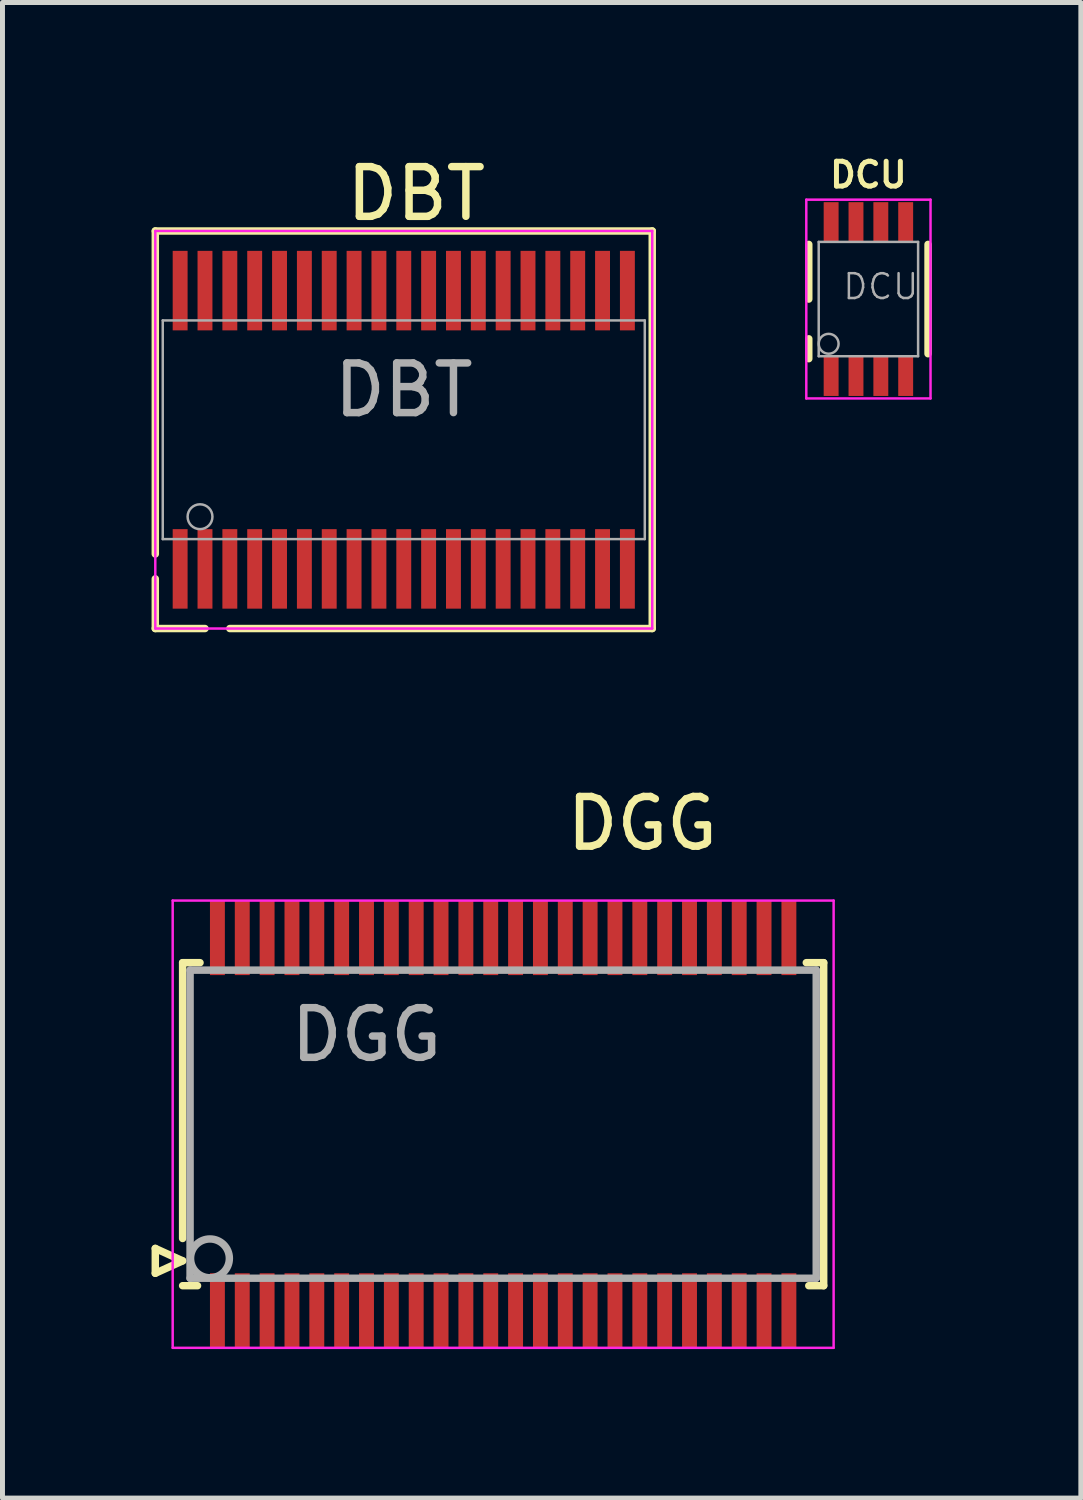
<source format=kicad_pcb>
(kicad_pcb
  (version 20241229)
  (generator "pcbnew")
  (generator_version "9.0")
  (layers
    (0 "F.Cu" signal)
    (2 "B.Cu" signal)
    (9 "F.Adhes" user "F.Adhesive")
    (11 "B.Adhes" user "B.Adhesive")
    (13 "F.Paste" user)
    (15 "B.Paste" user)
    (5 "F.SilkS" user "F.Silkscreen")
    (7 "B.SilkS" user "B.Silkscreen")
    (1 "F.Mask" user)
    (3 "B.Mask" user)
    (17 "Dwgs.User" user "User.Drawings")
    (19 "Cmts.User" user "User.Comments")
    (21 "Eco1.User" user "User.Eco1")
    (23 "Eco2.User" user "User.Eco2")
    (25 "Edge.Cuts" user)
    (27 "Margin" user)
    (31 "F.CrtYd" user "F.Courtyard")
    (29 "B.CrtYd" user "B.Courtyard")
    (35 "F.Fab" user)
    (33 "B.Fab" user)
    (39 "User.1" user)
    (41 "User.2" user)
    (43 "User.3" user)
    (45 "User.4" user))
  (footprint "DCU"
    (layer "F.Cu")
    (at 14.425 2.968)
    (property "Reference" "DCU" (at 0 -2.5 0) (layer "F.SilkS") (effects (font (size 0.5 0.5) (thickness 0.1))))
    (attr smd)
    (fp_line (start -1.2 0) (end -1.2 -1.1) (stroke (width 0.15) (type solid)) (layer "F.SilkS"))
    (fp_line (start -1.2 1.2) (end -1.2 0.8) (stroke (width 0.15) (type solid)) (layer "F.SilkS"))
    (fp_line (start 1.2 -1.1) (end 1.2 1.1) (stroke (width 0.15) (type solid)) (layer "F.SilkS"))
    (fp_line (start -1.25 -2) (end -1.25 2) (stroke (width 0.05) (type solid)) (layer "F.CrtYd"))
    (fp_line (start -1.25 -2) (end 1.25 -2) (stroke (width 0.05) (type solid)) (layer "F.CrtYd"))
    (fp_line (start -1.25 2) (end 1.25 2) (stroke (width 0.05) (type solid)) (layer "F.CrtYd"))
    (fp_line (start 1.25 -2) (end 1.25 2) (stroke (width 0.05) (type solid)) (layer "F.CrtYd"))
    (fp_line (start -1 -1.15) (end 1 -1.15) (stroke (width 0.05) (type solid)) (layer "F.Fab"))
    (fp_line (start -1 1.15) (end -1 -1.15) (stroke (width 0.05) (type solid)) (layer "F.Fab"))
    (fp_line (start 1 -1.15) (end 1 1.15) (stroke (width 0.05) (type solid)) (layer "F.Fab"))
    (fp_line (start 1 1.15) (end -1 1.15) (stroke (width 0.05) (type solid)) (layer "F.Fab"))
    (fp_circle (center -0.8 0.9) (end -0.6 0.9) (stroke (width 0.05) (type solid)) (fill no) (layer "F.Fab"))
    (fp_text user "${REFERENCE}" (at 0.25 -0.25 0) (layer "F.Fab") (effects (font (size 0.5 0.5) (thickness 0.05))))
    (pad "1" smd rect (at -0.75 1.55) (size 0.3 0.8) (layers "F.Cu" "F.Mask" "F.Paste"))
    (pad "2" smd rect (at -0.25 1.55) (size 0.3 0.8) (layers "F.Cu" "F.Mask" "F.Paste"))
    (pad "3" smd rect (at 0.25 1.55) (size 0.3 0.8) (layers "F.Cu" "F.Mask" "F.Paste"))
    (pad "4" smd rect (at 0.75 1.55) (size 0.3 0.8) (layers "F.Cu" "F.Mask" "F.Paste"))
    (pad "5" smd rect (at 0.75 -1.55) (size 0.3 0.8) (layers "F.Cu" "F.Mask" "F.Paste"))
    (pad "6" smd rect (at 0.25 -1.55) (size 0.3 0.8) (layers "F.Cu" "F.Mask" "F.Paste"))
    (pad "7" smd rect (at -0.25 -1.55) (size 0.3 0.8) (layers "F.Cu" "F.Mask" "F.Paste"))
    (pad "8" smd rect (at -0.75 -1.55) (size 0.3 0.8) (layers "F.Cu" "F.Mask" "F.Paste")))
  (footprint "DGG"
    (layer "F.Cu")
    (at 7.075 19.572)
    (property "Reference" "DGG" (at 2.8 -6.05 0) (layer "F.SilkS") (effects (font (size 1 1) (thickness 0.15))))
    (attr smd)
    (fp_line (start -7 2.5) (end -6.45 2.75) (stroke (width 0.15) (type solid)) (layer "F.SilkS"))
    (fp_line (start -7 3) (end -7 2.5) (stroke (width 0.15) (type solid)) (layer "F.SilkS"))
    (fp_line (start -6.45 -3.25) (end -6.45 2.3) (stroke (width 0.15) (type solid)) (layer "F.SilkS"))
    (fp_line (start -6.45 2.75) (end -7 3) (stroke (width 0.15) (type solid)) (layer "F.SilkS"))
    (fp_line (start -6.45 3.25) (end -6.15 3.25) (stroke (width 0.15) (type solid)) (layer "F.SilkS"))
    (fp_line (start -6.1 -3.25) (end -6.45 -3.25) (stroke (width 0.15) (type solid)) (layer "F.SilkS"))
    (fp_line (start 6.1 -3.25) (end 6.45 -3.25) (stroke (width 0.15) (type solid)) (layer "F.SilkS"))
    (fp_line (start 6.45 -3.25) (end 6.45 3.25) (stroke (width 0.15) (type solid)) (layer "F.SilkS"))
    (fp_line (start 6.45 3.25) (end 6.15 3.25) (stroke (width 0.15) (type solid)) (layer "F.SilkS"))
    (fp_line (start -6.65 -4.5) (end -6.65 4.5) (stroke (width 0.05) (type solid)) (layer "F.CrtYd"))
    (fp_line (start -6.65 -4.5) (end 6.65 -4.5) (stroke (width 0.05) (type solid)) (layer "F.CrtYd"))
    (fp_line (start 6.65 -4.5) (end 6.65 4.5) (stroke (width 0.05) (type solid)) (layer "F.CrtYd"))
    (fp_line (start 6.65 4.5) (end -6.65 4.5) (stroke (width 0.05) (type solid)) (layer "F.CrtYd"))
    (fp_line (start -6.3 -3.1) (end -6.3 3.1) (stroke (width 0.15) (type solid)) (layer "F.Fab"))
    (fp_line (start -6.3 -3.1) (end 6.3 -3.1) (stroke (width 0.15) (type solid)) (layer "F.Fab"))
    (fp_line (start -6.3 3.1) (end 6.3 3.1) (stroke (width 0.15) (type solid)) (layer "F.Fab"))
    (fp_line (start 6.3 -3.1) (end 6.3 3.1) (stroke (width 0.15) (type solid)) (layer "F.Fab"))
    (fp_circle (center -5.9 2.7) (end -5.6 2.45) (stroke (width 0.15) (type solid)) (fill no) (layer "F.Fab"))
    (fp_text user "${REFERENCE}" (at -2.75 -1.8 0) (layer "F.Fab") (effects (font (size 1 1) (thickness 0.15))))
    (pad "1" smd rect (at -5.75 3.75) (size 0.3 1.5) (layers "F.Cu" "F.Mask" "F.Paste"))
    (pad "2" smd rect (at -5.25 3.75) (size 0.3 1.5) (layers "F.Cu" "F.Mask" "F.Paste"))
    (pad "3" smd rect (at -4.75 3.75) (size 0.3 1.5) (layers "F.Cu" "F.Mask" "F.Paste"))
    (pad "4" smd rect (at -4.25 3.75) (size 0.3 1.5) (layers "F.Cu" "F.Mask" "F.Paste"))
    (pad "5" smd rect (at -3.75 3.75) (size 0.3 1.5) (layers "F.Cu" "F.Mask" "F.Paste"))
    (pad "6" smd rect (at -3.25 3.75) (size 0.3 1.5) (layers "F.Cu" "F.Mask" "F.Paste"))
    (pad "7" smd rect (at -2.75 3.75) (size 0.3 1.5) (layers "F.Cu" "F.Mask" "F.Paste"))
    (pad "8" smd rect (at -2.25 3.75) (size 0.3 1.5) (layers "F.Cu" "F.Mask" "F.Paste"))
    (pad "9" smd rect (at -1.75 3.75) (size 0.3 1.5) (layers "F.Cu" "F.Mask" "F.Paste"))
    (pad "10" smd rect (at -1.25 3.75) (size 0.3 1.5) (layers "F.Cu" "F.Mask" "F.Paste"))
    (pad "11" smd rect (at -0.75 3.75) (size 0.3 1.5) (layers "F.Cu" "F.Mask" "F.Paste"))
    (pad "12" smd rect (at -0.25 3.75) (size 0.3 1.5) (layers "F.Cu" "F.Mask" "F.Paste"))
    (pad "13" smd rect (at 0.25 3.75) (size 0.3 1.5) (layers "F.Cu" "F.Mask" "F.Paste"))
    (pad "14" smd rect (at 0.75 3.75) (size 0.3 1.5) (layers "F.Cu" "F.Mask" "F.Paste"))
    (pad "15" smd rect (at 1.25 3.75) (size 0.3 1.5) (layers "F.Cu" "F.Mask" "F.Paste"))
    (pad "16" smd rect (at 1.75 3.75) (size 0.3 1.5) (layers "F.Cu" "F.Mask" "F.Paste"))
    (pad "17" smd rect (at 2.25 3.75) (size 0.3 1.5) (layers "F.Cu" "F.Mask" "F.Paste"))
    (pad "18" smd rect (at 2.75 3.75) (size 0.3 1.5) (layers "F.Cu" "F.Mask" "F.Paste"))
    (pad "19" smd rect (at 3.25 3.75) (size 0.3 1.5) (layers "F.Cu" "F.Mask" "F.Paste"))
    (pad "20" smd rect (at 3.75 3.75) (size 0.3 1.5) (layers "F.Cu" "F.Mask" "F.Paste"))
    (pad "21" smd rect (at 4.25 3.75) (size 0.3 1.5) (layers "F.Cu" "F.Mask" "F.Paste"))
    (pad "22" smd rect (at 4.75 3.75) (size 0.3 1.5) (layers "F.Cu" "F.Mask" "F.Paste"))
    (pad "23" smd rect (at 5.25 3.75) (size 0.3 1.5) (layers "F.Cu" "F.Mask" "F.Paste"))
    (pad "24" smd rect (at 5.75 3.75) (size 0.3 1.5) (layers "F.Cu" "F.Mask" "F.Paste"))
    (pad "25" smd rect (at 5.75 -3.75) (size 0.3 1.5) (layers "F.Cu" "F.Mask" "F.Paste"))
    (pad "26" smd rect (at 5.25 -3.75) (size 0.3 1.5) (layers "F.Cu" "F.Mask" "F.Paste"))
    (pad "27" smd rect (at 4.75 -3.75) (size 0.3 1.5) (layers "F.Cu" "F.Mask" "F.Paste"))
    (pad "28" smd rect (at 4.25 -3.75) (size 0.3 1.5) (layers "F.Cu" "F.Mask" "F.Paste"))
    (pad "29" smd rect (at 3.75 -3.75) (size 0.3 1.5) (layers "F.Cu" "F.Mask" "F.Paste"))
    (pad "30" smd rect (at 3.25 -3.75) (size 0.3 1.5) (layers "F.Cu" "F.Mask" "F.Paste"))
    (pad "31" smd rect (at 2.75 -3.75) (size 0.3 1.5) (layers "F.Cu" "F.Mask" "F.Paste"))
    (pad "32" smd rect (at 2.25 -3.75) (size 0.3 1.5) (layers "F.Cu" "F.Mask" "F.Paste"))
    (pad "33" smd rect (at 1.75 -3.75) (size 0.3 1.5) (layers "F.Cu" "F.Mask" "F.Paste"))
    (pad "34" smd rect (at 1.25 -3.75) (size 0.3 1.5) (layers "F.Cu" "F.Mask" "F.Paste"))
    (pad "35" smd rect (at 0.75 -3.75) (size 0.3 1.5) (layers "F.Cu" "F.Mask" "F.Paste"))
    (pad "36" smd rect (at 0.25 -3.75) (size 0.3 1.5) (layers "F.Cu" "F.Mask" "F.Paste"))
    (pad "37" smd rect (at -0.25 -3.75) (size 0.3 1.5) (layers "F.Cu" "F.Mask" "F.Paste"))
    (pad "38" smd rect (at -0.75 -3.75) (size 0.3 1.5) (layers "F.Cu" "F.Mask" "F.Paste"))
    (pad "39" smd rect (at -1.25 -3.75) (size 0.3 1.5) (layers "F.Cu" "F.Mask" "F.Paste"))
    (pad "40" smd rect (at -1.75 -3.75) (size 0.3 1.5) (layers "F.Cu" "F.Mask" "F.Paste"))
    (pad "41" smd rect (at -2.25 -3.75) (size 0.3 1.5) (layers "F.Cu" "F.Mask" "F.Paste"))
    (pad "42" smd rect (at -2.75 -3.75) (size 0.3 1.5) (layers "F.Cu" "F.Mask" "F.Paste"))
    (pad "43" smd rect (at -3.25 -3.75) (size 0.3 1.5) (layers "F.Cu" "F.Mask" "F.Paste"))
    (pad "44" smd rect (at -3.75 -3.75) (size 0.3 1.5) (layers "F.Cu" "F.Mask" "F.Paste"))
    (pad "45" smd rect (at -4.25 -3.75) (size 0.3 1.5) (layers "F.Cu" "F.Mask" "F.Paste"))
    (pad "46" smd rect (at -4.75 -3.75) (size 0.3 1.5) (layers "F.Cu" "F.Mask" "F.Paste"))
    (pad "47" smd rect (at -5.25 -3.75) (size 0.3 1.5) (layers "F.Cu" "F.Mask" "F.Paste"))
    (pad "48" smd rect (at -5.75 -3.75) (size 0.3 1.5) (layers "F.Cu" "F.Mask" "F.Paste")))
  (footprint "DBT"
    (layer "F.Cu")
    (at 5.075 5.598)
    (property "Reference" "DBT" (at 0.25 -4.75 0) (layer "F.SilkS") (effects (font (size 1 1) (thickness 0.15))))
    (attr smd)
    (fp_line (start -5 -4) (end 5 -4) (stroke (width 0.15) (type solid)) (layer "F.SilkS"))
    (fp_line (start -5 2.5) (end -5 -4) (stroke (width 0.15) (type solid)) (layer "F.SilkS"))
    (fp_line (start -5 4) (end -5 3) (stroke (width 0.15) (type solid)) (layer "F.SilkS"))
    (fp_line (start -5 4) (end -4 4) (stroke (width 0.15) (type solid)) (layer "F.SilkS"))
    (fp_line (start 5 -4) (end 5 4) (stroke (width 0.15) (type solid)) (layer "F.SilkS"))
    (fp_line (start 5 4) (end -3.5 4) (stroke (width 0.15) (type solid)) (layer "F.SilkS"))
    (fp_line (start -5 -4) (end -5 4) (stroke (width 0.05) (type solid)) (layer "F.CrtYd"))
    (fp_line (start -5 4) (end 5 4) (stroke (width 0.05) (type solid)) (layer "F.CrtYd"))
    (fp_line (start 5 -4) (end -5 -4) (stroke (width 0.05) (type solid)) (layer "F.CrtYd"))
    (fp_line (start 5 4) (end 5 -4) (stroke (width 0.05) (type solid)) (layer "F.CrtYd"))
    (fp_line (start -4.85 -2.2) (end -4.85 2.2) (stroke (width 0.05) (type solid)) (layer "F.Fab"))
    (fp_line (start -4.85 -2.2) (end 4.85 -2.2) (stroke (width 0.05) (type solid)) (layer "F.Fab"))
    (fp_line (start -4.85 2.2) (end 4.85 2.2) (stroke (width 0.05) (type solid)) (layer "F.Fab"))
    (fp_line (start 4.85 -2.2) (end 4.85 2.2) (stroke (width 0.05) (type solid)) (layer "F.Fab"))
    (fp_circle (center -4.1 1.75) (end -3.85 1.75) (stroke (width 0.05) (type solid)) (fill no) (layer "F.Fab"))
    (fp_text user "${REFERENCE}" (at 0 -0.8 0) (layer "F.Fab") (effects (font (size 1 1) (thickness 0.15))))
    (pad "1" smd rect (at -4.5 2.8) (size 0.3 1.6) (layers "F.Cu" "F.Mask" "F.Paste"))
    (pad "2" smd rect (at -4 2.8) (size 0.3 1.6) (layers "F.Cu" "F.Mask" "F.Paste"))
    (pad "3" smd rect (at -3.5 2.8) (size 0.3 1.6) (layers "F.Cu" "F.Mask" "F.Paste"))
    (pad "4" smd rect (at -3 2.8) (size 0.3 1.6) (layers "F.Cu" "F.Mask" "F.Paste"))
    (pad "5" smd rect (at -2.5 2.8) (size 0.3 1.6) (layers "F.Cu" "F.Mask" "F.Paste"))
    (pad "6" smd rect (at -2 2.8) (size 0.3 1.6) (layers "F.Cu" "F.Mask" "F.Paste"))
    (pad "7" smd rect (at -1.5 2.8) (size 0.3 1.6) (layers "F.Cu" "F.Mask" "F.Paste"))
    (pad "8" smd rect (at -1 2.8) (size 0.3 1.6) (layers "F.Cu" "F.Mask" "F.Paste"))
    (pad "9" smd rect (at -0.5 2.8) (size 0.3 1.6) (layers "F.Cu" "F.Mask" "F.Paste"))
    (pad "10" smd rect (at 0 2.8) (size 0.3 1.6) (layers "F.Cu" "F.Mask" "F.Paste"))
    (pad "11" smd rect (at 0.5 2.8) (size 0.3 1.6) (layers "F.Cu" "F.Mask" "F.Paste"))
    (pad "12" smd rect (at 1 2.8) (size 0.3 1.6) (layers "F.Cu" "F.Mask" "F.Paste"))
    (pad "13" smd rect (at 1.5 2.8) (size 0.3 1.6) (layers "F.Cu" "F.Mask" "F.Paste"))
    (pad "14" smd rect (at 2 2.8) (size 0.3 1.6) (layers "F.Cu" "F.Mask" "F.Paste"))
    (pad "15" smd rect (at 2.5 2.8) (size 0.3 1.6) (layers "F.Cu" "F.Mask" "F.Paste"))
    (pad "16" smd rect (at 3 2.8) (size 0.3 1.6) (layers "F.Cu" "F.Mask" "F.Paste"))
    (pad "17" smd rect (at 3.5 2.8) (size 0.3 1.6) (layers "F.Cu" "F.Mask" "F.Paste"))
    (pad "18" smd rect (at 4 2.8) (size 0.3 1.6) (layers "F.Cu" "F.Mask" "F.Paste"))
    (pad "19" smd rect (at 4.5 2.8) (size 0.3 1.6) (layers "F.Cu" "F.Mask" "F.Paste"))
    (pad "20" smd rect (at 4.5 -2.8) (size 0.3 1.6) (layers "F.Cu" "F.Mask" "F.Paste"))
    (pad "21" smd rect (at 4 -2.8) (size 0.3 1.6) (layers "F.Cu" "F.Mask" "F.Paste"))
    (pad "22" smd rect (at 3.5 -2.8) (size 0.3 1.6) (layers "F.Cu" "F.Mask" "F.Paste"))
    (pad "23" smd rect (at 3 -2.8) (size 0.3 1.6) (layers "F.Cu" "F.Mask" "F.Paste"))
    (pad "24" smd rect (at 2.5 -2.8) (size 0.3 1.6) (layers "F.Cu" "F.Mask" "F.Paste"))
    (pad "25" smd rect (at 2 -2.8) (size 0.3 1.6) (layers "F.Cu" "F.Mask" "F.Paste"))
    (pad "26" smd rect (at 1.5 -2.8) (size 0.3 1.6) (layers "F.Cu" "F.Mask" "F.Paste"))
    (pad "27" smd rect (at 1 -2.8) (size 0.3 1.6) (layers "F.Cu" "F.Mask" "F.Paste"))
    (pad "28" smd rect (at 0.5 -2.8) (size 0.3 1.6) (layers "F.Cu" "F.Mask" "F.Paste"))
    (pad "29" smd rect (at 0 -2.8) (size 0.3 1.6) (layers "F.Cu" "F.Mask" "F.Paste"))
    (pad "30" smd rect (at -0.5 -2.8) (size 0.3 1.6) (layers "F.Cu" "F.Mask" "F.Paste"))
    (pad "31" smd rect (at -1 -2.8) (size 0.3 1.6) (layers "F.Cu" "F.Mask" "F.Paste"))
    (pad "32" smd rect (at -1.5 -2.8) (size 0.3 1.6) (layers "F.Cu" "F.Mask" "F.Paste"))
    (pad "33" smd rect (at -2 -2.8) (size 0.3 1.6) (layers "F.Cu" "F.Mask" "F.Paste"))
    (pad "34" smd rect (at -2.5 -2.8) (size 0.3 1.6) (layers "F.Cu" "F.Mask" "F.Paste"))
    (pad "35" smd rect (at -3 -2.8) (size 0.3 1.6) (layers "F.Cu" "F.Mask" "F.Paste"))
    (pad "36" smd rect (at -3.5 -2.8) (size 0.3 1.6) (layers "F.Cu" "F.Mask" "F.Paste"))
    (pad "37" smd rect (at -4 -2.8) (size 0.3 1.6) (layers "F.Cu" "F.Mask" "F.Paste"))
    (pad "38" smd rect (at -4.5 -2.8) (size 0.3 1.6) (layers "F.Cu" "F.Mask" "F.Paste")))
  (gr_rect
    (start -3 -3)
    (end 18.7 27.096)
    (stroke (width 0.1) (type default))
    (fill no)
    (layer "Edge.Cuts")))
</source>
